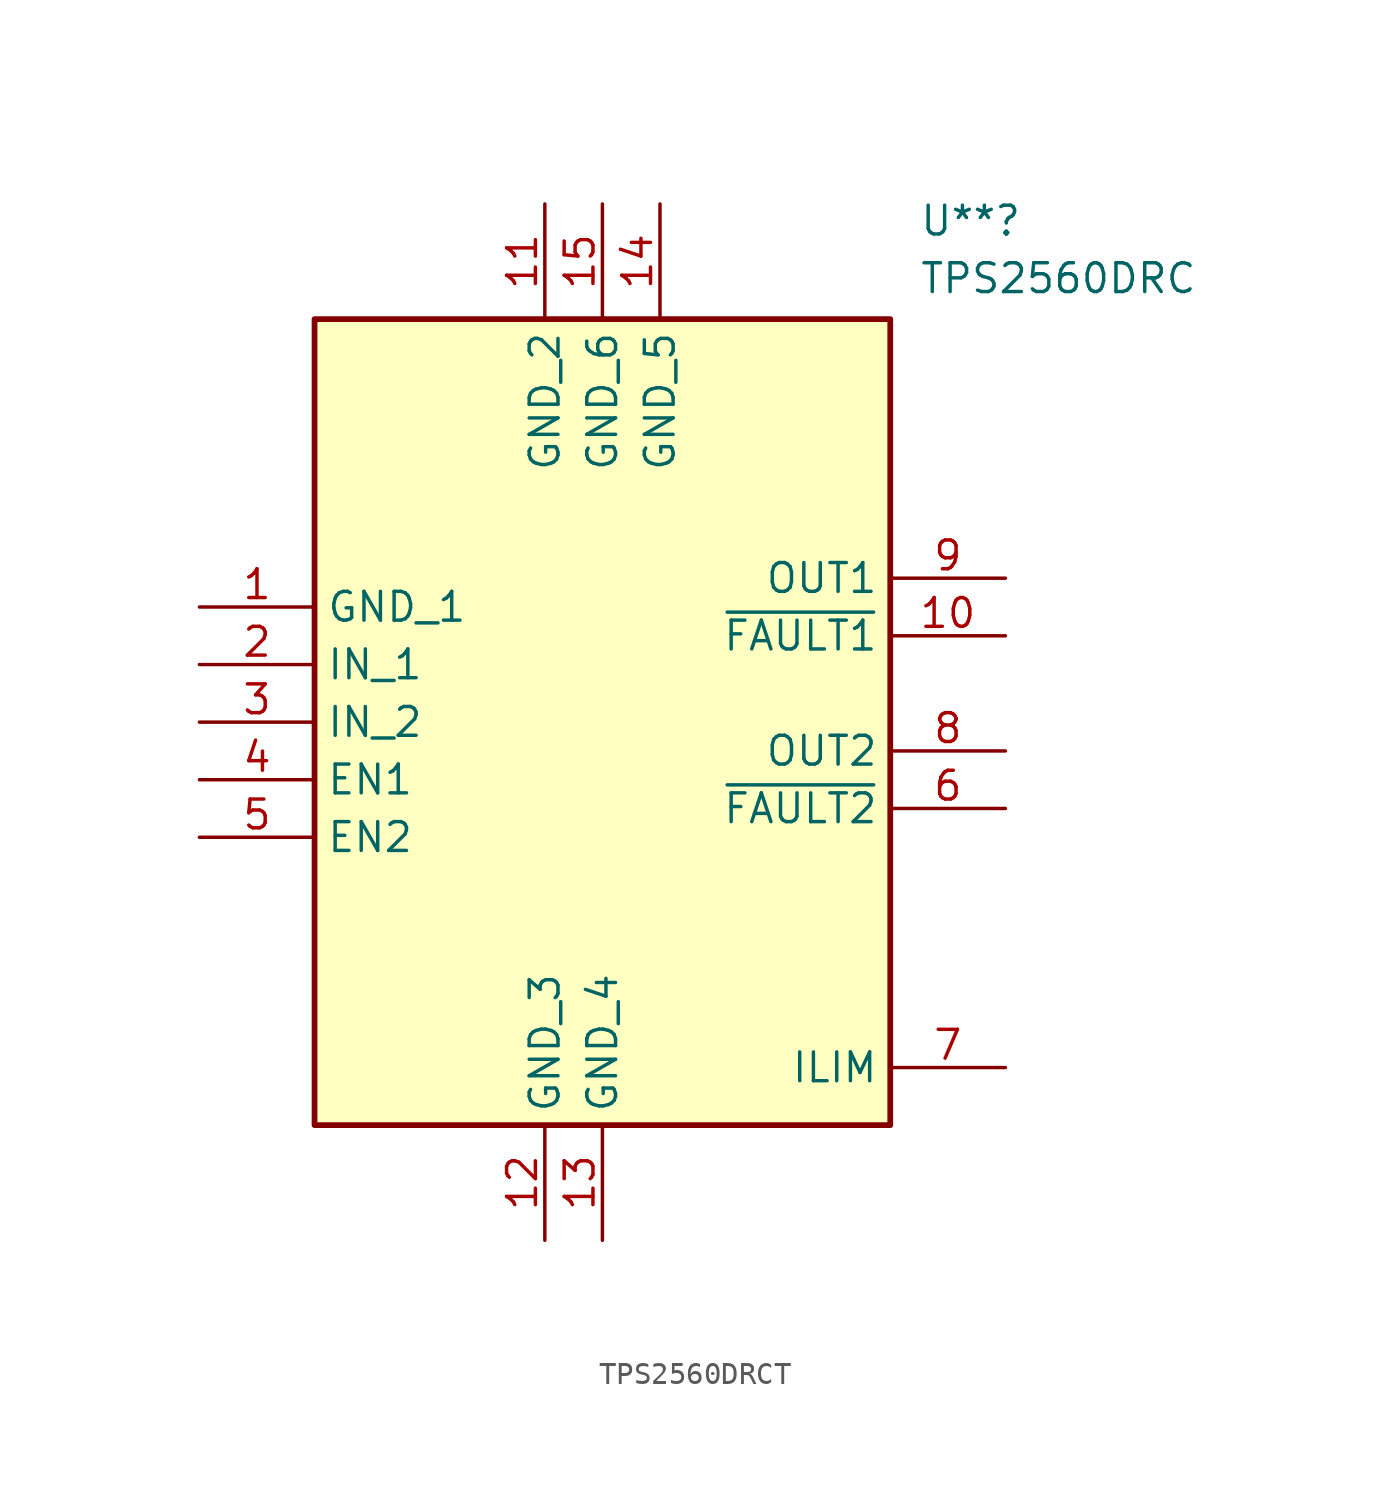
<source format=kicad_sym>
(kicad_symbol_lib
  (version 20241209)
  (generator "kicad_symbol_editor")
  (generator_version "9.0")
  (symbol "TPS2560DRCT"
    (property "Reference" "U**"
      (at 31.75 17.78 0)
      (effects (font (size 1.27 1.27)) (justify left top)))
    (property "Value" "TPS2560DRC"
      (at 31.75 15.24 0)
      (effects (font (size 1.27 1.27)) (justify left top)))
    (symbol "TPS2560DRCT_1_1"
      (rectangle (start 5.08 12.7) (end 30.48 -22.86) (stroke (width 0.254) (type default)) (fill (type background)))
      (pin passive line (at 0 0 0) (length 5.08) (name "GND_1" (effects (font (size 1.27 1.27)))) (number "1" (effects (font (size 1.27 1.27)))))
      (pin passive line (at 0 -2.54 0) (length 5.08) (name "IN_1" (effects (font (size 1.27 1.27)))) (number "2" (effects (font (size 1.27 1.27)))))
      (pin passive line (at 0 -5.08 0) (length 5.08) (name "IN_2" (effects (font (size 1.27 1.27)))) (number "3" (effects (font (size 1.27 1.27)))))
      (pin passive line (at 0 -7.62 0) (length 5.08) (name "EN1" (effects (font (size 1.27 1.27)))) (number "4" (effects (font (size 1.27 1.27)))))
      (pin passive line (at 0 -10.16 0) (length 5.08) (name "EN2" (effects (font (size 1.27 1.27)))) (number "5" (effects (font (size 1.27 1.27)))))
      (pin passive line (at 15.24 17.78 270) (length 5.08) (name "GND_2" (effects (font (size 1.27 1.27)))) (number "11" (effects (font (size 1.27 1.27)))))
      (pin passive line (at 15.24 -27.94 90) (length 5.08) (name "GND_3" (effects (font (size 1.27 1.27)))) (number "12" (effects (font (size 1.27 1.27)))))
      (pin passive line (at 17.78 17.78 270) (length 5.08) (name "GND_6" (effects (font (size 1.27 1.27)))) (number "15" (effects (font (size 1.27 1.27)))))
      (pin passive line (at 17.78 -27.94 90) (length 5.08) (name "GND_4" (effects (font (size 1.27 1.27)))) (number "13" (effects (font (size 1.27 1.27)))))
      (pin passive line (at 20.32 17.78 270) (length 5.08) (name "GND_5" (effects (font (size 1.27 1.27)))) (number "14" (effects (font (size 1.27 1.27)))))
      (pin passive line (at 35.56 1.27 180) (length 5.08) (name "OUT1" (effects (font (size 1.27 1.27)))) (number "9" (effects (font (size 1.27 1.27)))))
      (pin passive line (at 35.56 -1.27 180) (length 5.08) (name "~{FAULT1}" (effects (font (size 1.27 1.27)))) (number "10" (effects (font (size 1.27 1.27)))))
      (pin passive line (at 35.56 -6.35 180) (length 5.08) (name "OUT2" (effects (font (size 1.27 1.27)))) (number "8" (effects (font (size 1.27 1.27)))))
      (pin passive line (at 35.56 -8.89 180) (length 5.08) (name "~{FAULT2}" (effects (font (size 1.27 1.27)))) (number "6" (effects (font (size 1.27 1.27)))))
      (pin passive line (at 35.56 -20.32 180) (length 5.08) (name "ILIM" (effects (font (size 1.27 1.27)))) (number "7" (effects (font (size 1.27 1.27))))))))
</source>
